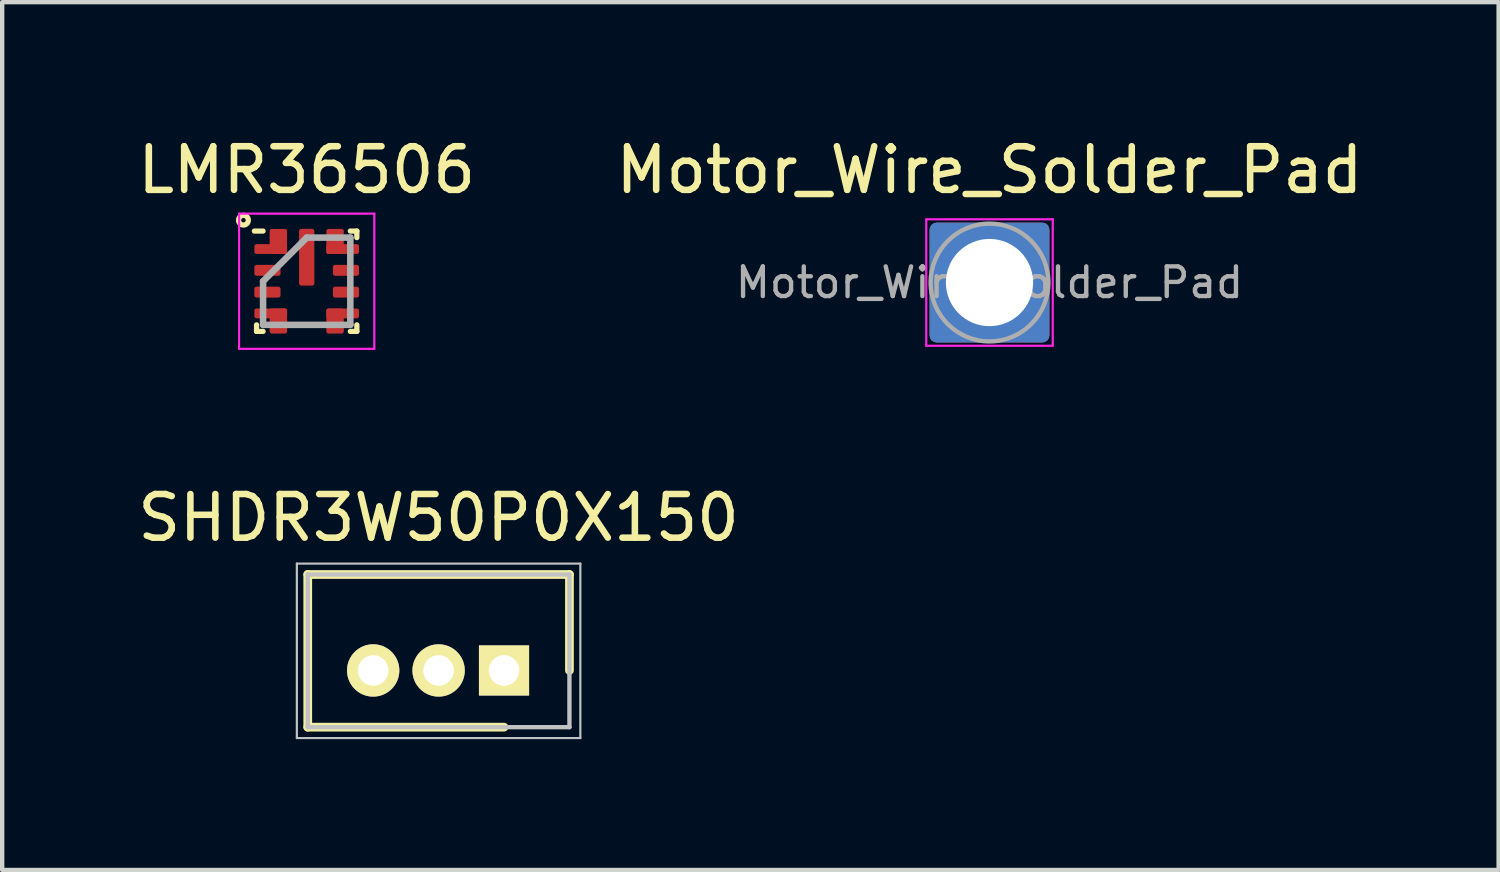
<source format=kicad_pcb>
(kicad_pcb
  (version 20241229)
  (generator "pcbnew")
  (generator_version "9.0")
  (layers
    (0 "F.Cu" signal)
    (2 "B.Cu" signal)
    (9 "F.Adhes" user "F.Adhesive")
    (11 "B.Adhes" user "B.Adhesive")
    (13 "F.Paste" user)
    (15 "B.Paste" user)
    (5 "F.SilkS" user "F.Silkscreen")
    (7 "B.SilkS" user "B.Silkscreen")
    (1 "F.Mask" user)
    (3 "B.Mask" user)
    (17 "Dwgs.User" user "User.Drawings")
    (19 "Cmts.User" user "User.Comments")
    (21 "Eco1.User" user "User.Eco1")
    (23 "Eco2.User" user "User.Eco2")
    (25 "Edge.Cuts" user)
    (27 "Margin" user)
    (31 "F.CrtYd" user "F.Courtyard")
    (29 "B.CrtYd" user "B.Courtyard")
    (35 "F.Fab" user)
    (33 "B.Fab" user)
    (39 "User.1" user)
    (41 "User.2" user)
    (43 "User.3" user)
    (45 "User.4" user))
  (footprint "SHDR3W50P0X150"
    (layer "F.Cu")
    (at 8.506 12.322)
    (property "Reference" "SHDR3W50P0X150" (at -1.5 -3.5 0) (layer "F.SilkS") (effects (font (size 1 1) (thickness 0.15))))
    (attr through_hole)
    (fp_line (start -4.5 -2.2) (end 1.5 -2.2) (stroke (width 0.2) (type solid)) (layer "F.SilkS"))
    (fp_line (start -4.5 1.3) (end -4.5 -2.2) (stroke (width 0.2) (type solid)) (layer "F.SilkS"))
    (fp_line (start 0 1.3) (end -4.5 1.3) (stroke (width 0.2) (type solid)) (layer "F.SilkS"))
    (fp_line (start 1.5 -2.2) (end 1.5 0) (stroke (width 0.2) (type solid)) (layer "F.SilkS"))
    (fp_line (start -4.75 -2.45) (end 1.75 -2.45) (stroke (width 0.05) (type solid)) (layer "Dwgs.User"))
    (fp_line (start -4.75 1.55) (end -4.75 -2.45) (stroke (width 0.05) (type solid)) (layer "Dwgs.User"))
    (fp_line (start -4.5 -2.2) (end 1.5 -2.2) (stroke (width 0.1) (type solid)) (layer "Dwgs.User"))
    (fp_line (start -4.5 1.3) (end -4.5 -2.2) (stroke (width 0.1) (type solid)) (layer "Dwgs.User"))
    (fp_line (start 1.5 -2.2) (end 1.5 1.3) (stroke (width 0.1) (type solid)) (layer "Dwgs.User"))
    (fp_line (start 1.5 1.3) (end -4.5 1.3) (stroke (width 0.1) (type solid)) (layer "Dwgs.User"))
    (fp_line (start 1.75 -2.45) (end 1.75 1.55) (stroke (width 0.05) (type solid)) (layer "Dwgs.User"))
    (fp_line (start 1.75 1.55) (end -4.75 1.55) (stroke (width 0.05) (type solid)) (layer "Dwgs.User"))
    (pad "1" thru_hole rect (at 0 0 90) (size 1.15 1.15) (drill 0.7) (layers "*.Cu" "*.Mask" "F.SilkS"))
    (pad "2" thru_hole circle (at -1.5 0 90) (size 1.2 1.2) (drill 0.7) (layers "*.Cu" "*.Mask" "F.SilkS"))
    (pad "3" thru_hole circle (at -3 0 90) (size 1.2 1.2) (drill 0.7) (layers "*.Cu" "*.Mask" "F.SilkS")))
  (footprint "Motor_Wire_Solder_Pad"
    (layer "F.Cu")
    (at 19.637 3.428)
    (property "Reference" "Motor_Wire_Solder_Pad" (at 0 -2.58 0) (layer "F.SilkS") (effects (font (size 1 1) (thickness 0.15))))
    (attr exclude_from_pos_files exclude_from_bom)
    (fp_line (start -1.45 -1.45) (end -1.45 1.45) (stroke (width 0.05) (type solid)) (layer "F.CrtYd"))
    (fp_line (start -1.45 1.45) (end 1.45 1.45) (stroke (width 0.05) (type solid)) (layer "F.CrtYd"))
    (fp_line (start 1.45 -1.45) (end -1.45 -1.45) (stroke (width 0.05) (type solid)) (layer "F.CrtYd"))
    (fp_line (start 1.45 1.45) (end 1.45 -1.45) (stroke (width 0.05) (type solid)) (layer "F.CrtYd"))
    (fp_circle (center 0 0) (end 1.35 0) (stroke (width 0.1) (type solid)) (fill no) (layer "F.Fab"))
    (fp_text user "${REFERENCE}" (at 0 0 0) (layer "F.Fab") (effects (font (size 0.68 0.68) (thickness 0.1))))
    (pad "1" thru_hole roundrect (at 0 0) (size 2.75 2.75) (drill 2) (layers "*.Cu" "*.Mask") (roundrect_rratio 0.06)))
  (footprint "LMR36506"
    (layer "F.Cu")
    (at 3.982 3.398)
    (property "Reference" "LMR36506" (at 0 -2.55 0) (layer "F.SilkS") (effects (font (size 1 1) (thickness 0.15))))
    (attr smd)
    (fp_line (start -1.15 1.15) (end -1.15 1) (stroke (width 0.12) (type solid)) (layer "F.SilkS"))
    (fp_line (start -1 -1.15) (end -1.2 -1.15) (stroke (width 0.12) (type solid)) (layer "F.SilkS"))
    (fp_line (start -1 1.15) (end -1.15 1.15) (stroke (width 0.12) (type solid)) (layer "F.SilkS"))
    (fp_line (start 1 -1.15) (end 1.15 -1.15) (stroke (width 0.12) (type solid)) (layer "F.SilkS"))
    (fp_line (start 1 1.15) (end 1.15 1.15) (stroke (width 0.12) (type solid)) (layer "F.SilkS"))
    (fp_line (start 1.15 -1.15) (end 1.15 -1) (stroke (width 0.12) (type solid)) (layer "F.SilkS"))
    (fp_line (start 1.15 1.15) (end 1.15 1) (stroke (width 0.12) (type solid)) (layer "F.SilkS"))
    (fp_circle (center -1.45 -1.4) (end -1.55 -1.45) (stroke (width 0.12) (type solid)) (fill no) (layer "F.SilkS"))
    (fp_poly (pts (xy 0.15 -0.675) (xy -0.15 -0.675) (xy -0.15 -1.175) (xy 0.15 -1.175)) (stroke (width 0.05) (type solid)) (fill yes) (layer "F.Paste"))
    (fp_poly (pts (xy 0.15 0.075) (xy -0.15 0.075) (xy -0.15 -0.425) (xy 0.15 -0.425)) (stroke (width 0.05) (type solid)) (fill yes) (layer "F.Paste"))
    (fp_line (start -1.55 -1.55) (end 1.55 -1.55) (stroke (width 0.05) (type solid)) (layer "F.CrtYd"))
    (fp_line (start -1.55 1.55) (end -1.55 -1.55) (stroke (width 0.05) (type solid)) (layer "F.CrtYd"))
    (fp_line (start 1.55 -1.55) (end 1.55 1.55) (stroke (width 0.05) (type solid)) (layer "F.CrtYd"))
    (fp_line (start 1.55 1.55) (end -1.55 1.55) (stroke (width 0.05) (type solid)) (layer "F.CrtYd"))
    (fp_line (start -1 0) (end -1 1) (stroke (width 0.15) (type solid)) (layer "F.Fab"))
    (fp_line (start -1 1) (end 1 1) (stroke (width 0.15) (type solid)) (layer "F.Fab"))
    (fp_line (start 0 -1) (end -1 0) (stroke (width 0.15) (type solid)) (layer "F.Fab"))
    (fp_line (start 1 -1) (end 0 -1) (stroke (width 0.15) (type solid)) (layer "F.Fab"))
    (fp_line (start 1 1) (end 1 -1) (stroke (width 0.15) (type solid)) (layer "F.Fab"))
    (pad "1" smd roundrect (at -0.825 -0.738 90) (size 0.225 0.75) (layers "F.Cu" "F.Mask" "F.Paste") (roundrect_rratio 0.222))
    (pad "1" smd roundrect (at -0.65 -0.912 180) (size 0.4 0.575) (layers "F.Cu" "F.Mask" "F.Paste") (roundrect_rratio 0.125))
    (pad "2" smd roundrect (at -0.9 -0.25 90) (size 0.25 0.6) (layers "F.Cu" "F.Mask" "F.Paste") (roundrect_rratio 0.2))
    (pad "3" smd roundrect (at -0.9 0.25 90) (size 0.25 0.6) (layers "F.Cu" "F.Mask" "F.Paste") (roundrect_rratio 0.2))
    (pad "4" smd roundrect (at -0.825 0.738 90) (size 0.225 0.75) (layers "F.Cu" "F.Mask" "F.Paste") (roundrect_rratio 0.222))
    (pad "4" smd roundrect (at -0.65 0.912) (size 0.4 0.575) (layers "F.Cu" "F.Mask" "F.Paste") (roundrect_rratio 0.125))
    (pad "5" smd roundrect (at 0.65 0.912) (size 0.4 0.575) (layers "F.Cu" "F.Mask" "F.Paste") (roundrect_rratio 0.125))
    (pad "5" smd roundrect (at 0.825 0.738 90) (size 0.225 0.75) (layers "F.Cu" "F.Mask" "F.Paste") (roundrect_rratio 0.222))
    (pad "6" smd roundrect (at 0.9 0.25 90) (size 0.25 0.6) (layers "F.Cu" "F.Mask" "F.Paste") (roundrect_rratio 0.2))
    (pad "7" smd roundrect (at 0.9 -0.25 90) (size 0.25 0.6) (layers "F.Cu" "F.Mask" "F.Paste") (roundrect_rratio 0.2))
    (pad "8" smd roundrect (at 0.65 -0.912 180) (size 0.4 0.575) (layers "F.Cu" "F.Mask" "F.Paste") (roundrect_rratio 0.125))
    (pad "8" smd roundrect (at 0.825 -0.738 90) (size 0.225 0.75) (layers "F.Cu" "F.Mask" "F.Paste") (roundrect_rratio 0.222))
    (pad "9" smd roundrect (at 0 -0.55) (size 0.35 1.3) (layers "F.Cu" "F.Mask" "F.Paste") (roundrect_rratio 0.143)))
  (gr_rect
    (start -3 -3)
    (end 31.31 16.896)
    (stroke (width 0.1) (type default))
    (fill no)
    (layer "Edge.Cuts")))
</source>
